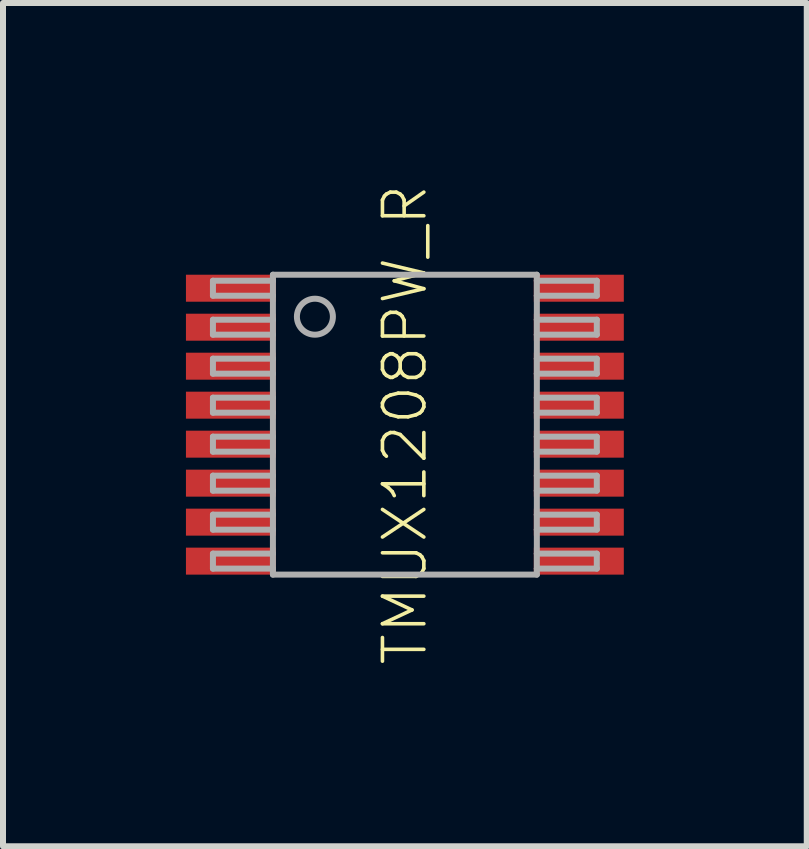
<source format=kicad_pcb>
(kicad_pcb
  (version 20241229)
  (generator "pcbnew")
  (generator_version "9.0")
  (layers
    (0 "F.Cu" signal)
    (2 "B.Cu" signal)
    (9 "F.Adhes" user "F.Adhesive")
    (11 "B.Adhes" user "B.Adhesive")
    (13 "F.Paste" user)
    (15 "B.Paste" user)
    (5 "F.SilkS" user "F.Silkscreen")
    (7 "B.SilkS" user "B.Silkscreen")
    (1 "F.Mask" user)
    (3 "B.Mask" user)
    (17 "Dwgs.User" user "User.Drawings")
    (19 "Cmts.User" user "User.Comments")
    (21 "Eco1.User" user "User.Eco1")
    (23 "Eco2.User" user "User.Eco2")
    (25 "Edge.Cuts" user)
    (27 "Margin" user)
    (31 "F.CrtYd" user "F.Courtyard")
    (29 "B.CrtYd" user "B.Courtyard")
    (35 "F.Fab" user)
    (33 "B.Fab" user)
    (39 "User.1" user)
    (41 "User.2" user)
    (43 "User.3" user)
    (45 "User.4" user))
  (footprint "TMUX1208PW_R"
    (layer "F.Cu")
    (at 3.7 4.03)
    (property "Reference" "TMUX1208PW_R" (at 0 0 90) (unlocked yes) (layer "F.SilkS") (effects (font (size 0.69 0.69) (thickness 0.06))))
    (fp_poly (pts (xy -3.7 -2) (xy -2.1 -2) (xy -2.1 -2.55) (xy -3.7 -2.55)) (stroke (width 0) (type default)) (fill yes) (layer "F.Mask"))
    (fp_poly (pts (xy -3.7 -1.35) (xy -2.1 -1.35) (xy -2.1 -1.9) (xy -3.7 -1.9)) (stroke (width 0) (type default)) (fill yes) (layer "F.Mask"))
    (fp_poly (pts (xy -3.7 -0.7) (xy -2.1 -0.7) (xy -2.1 -1.25) (xy -3.7 -1.25)) (stroke (width 0) (type default)) (fill yes) (layer "F.Mask"))
    (fp_poly (pts (xy -3.7 -0.05) (xy -2.1 -0.05) (xy -2.1 -0.6) (xy -3.7 -0.6)) (stroke (width 0) (type default)) (fill yes) (layer "F.Mask"))
    (fp_poly (pts (xy -3.7 0.6) (xy -2.1 0.6) (xy -2.1 0.05) (xy -3.7 0.05)) (stroke (width 0) (type default)) (fill yes) (layer "F.Mask"))
    (fp_poly (pts (xy -3.7 1.25) (xy -2.1 1.25) (xy -2.1 0.7) (xy -3.7 0.7)) (stroke (width 0) (type default)) (fill yes) (layer "F.Mask"))
    (fp_poly (pts (xy -3.7 1.9) (xy -2.1 1.9) (xy -2.1 1.35) (xy -3.7 1.35)) (stroke (width 0) (type default)) (fill yes) (layer "F.Mask"))
    (fp_poly (pts (xy -3.7 2.55) (xy -2.1 2.55) (xy -2.1 2) (xy -3.7 2)) (stroke (width 0) (type default)) (fill yes) (layer "F.Mask"))
    (fp_poly (pts (xy 3.7 -2.55) (xy 2.1 -2.55) (xy 2.1 -2) (xy 3.7 -2)) (stroke (width 0) (type default)) (fill yes) (layer "F.Mask"))
    (fp_poly (pts (xy 3.7 -1.9) (xy 2.1 -1.9) (xy 2.1 -1.35) (xy 3.7 -1.35)) (stroke (width 0) (type default)) (fill yes) (layer "F.Mask"))
    (fp_poly (pts (xy 3.7 -1.25) (xy 2.1 -1.25) (xy 2.1 -0.7) (xy 3.7 -0.7)) (stroke (width 0) (type default)) (fill yes) (layer "F.Mask"))
    (fp_poly (pts (xy 3.7 -0.6) (xy 2.1 -0.6) (xy 2.1 -0.05) (xy 3.7 -0.05)) (stroke (width 0) (type default)) (fill yes) (layer "F.Mask"))
    (fp_poly (pts (xy 3.7 0.05) (xy 2.1 0.05) (xy 2.1 0.6) (xy 3.7 0.6)) (stroke (width 0) (type default)) (fill yes) (layer "F.Mask"))
    (fp_poly (pts (xy 3.7 0.7) (xy 2.1 0.7) (xy 2.1 1.25) (xy 3.7 1.25)) (stroke (width 0) (type default)) (fill yes) (layer "F.Mask"))
    (fp_poly (pts (xy 3.7 1.35) (xy 2.1 1.35) (xy 2.1 1.9) (xy 3.7 1.9)) (stroke (width 0) (type default)) (fill yes) (layer "F.Mask"))
    (fp_poly (pts (xy 3.7 2) (xy 2.1 2) (xy 2.1 2.55) (xy 3.7 2.55)) (stroke (width 0) (type default)) (fill yes) (layer "F.Mask"))
    (fp_line (start -3.2 -2.4) (end -3.2 -2.15) (stroke (width 0.1) (type solid)) (layer "F.Fab"))
    (fp_line (start -3.2 -2.15) (end -2.2 -2.15) (stroke (width 0.1) (type solid)) (layer "F.Fab"))
    (fp_line (start -3.2 -1.75) (end -3.2 -1.5) (stroke (width 0.1) (type solid)) (layer "F.Fab"))
    (fp_line (start -3.2 -1.5) (end -2.2 -1.5) (stroke (width 0.1) (type solid)) (layer "F.Fab"))
    (fp_line (start -3.2 -1.1) (end -3.2 -0.85) (stroke (width 0.1) (type solid)) (layer "F.Fab"))
    (fp_line (start -3.2 -0.85) (end -2.2 -0.85) (stroke (width 0.1) (type solid)) (layer "F.Fab"))
    (fp_line (start -3.2 -0.45) (end -3.2 -0.2) (stroke (width 0.1) (type solid)) (layer "F.Fab"))
    (fp_line (start -3.2 -0.2) (end -2.2 -0.2) (stroke (width 0.1) (type solid)) (layer "F.Fab"))
    (fp_line (start -3.2 0.2) (end -3.2 0.45) (stroke (width 0.1) (type solid)) (layer "F.Fab"))
    (fp_line (start -3.2 0.45) (end -2.2 0.45) (stroke (width 0.1) (type solid)) (layer "F.Fab"))
    (fp_line (start -3.2 0.85) (end -3.2 1.1) (stroke (width 0.1) (type solid)) (layer "F.Fab"))
    (fp_line (start -3.2 1.1) (end -2.2 1.1) (stroke (width 0.1) (type solid)) (layer "F.Fab"))
    (fp_line (start -3.2 1.5) (end -3.2 1.75) (stroke (width 0.1) (type solid)) (layer "F.Fab"))
    (fp_line (start -3.2 1.75) (end -2.2 1.75) (stroke (width 0.1) (type solid)) (layer "F.Fab"))
    (fp_line (start -3.2 2.15) (end -3.2 2.4) (stroke (width 0.1) (type solid)) (layer "F.Fab"))
    (fp_line (start -3.2 2.4) (end -2.2 2.4) (stroke (width 0.1) (type solid)) (layer "F.Fab"))
    (fp_line (start -2.2 -2.5) (end 2.2 -2.5) (stroke (width 0.1) (type solid)) (layer "F.Fab"))
    (fp_line (start -2.2 -2.4) (end -3.2 -2.4) (stroke (width 0.1) (type solid)) (layer "F.Fab"))
    (fp_line (start -2.2 -2.4) (end -2.2 -2.5) (stroke (width 0.1) (type solid)) (layer "F.Fab"))
    (fp_line (start -2.2 -2.15) (end -2.2 -2.4) (stroke (width 0.1) (type solid)) (layer "F.Fab"))
    (fp_line (start -2.2 -1.75) (end -3.2 -1.75) (stroke (width 0.1) (type solid)) (layer "F.Fab"))
    (fp_line (start -2.2 -1.75) (end -2.2 -2.15) (stroke (width 0.1) (type solid)) (layer "F.Fab"))
    (fp_line (start -2.2 -1.5) (end -2.2 -1.75) (stroke (width 0.1) (type solid)) (layer "F.Fab"))
    (fp_line (start -2.2 -1.1) (end -3.2 -1.1) (stroke (width 0.1) (type solid)) (layer "F.Fab"))
    (fp_line (start -2.2 -1.1) (end -2.2 -1.5) (stroke (width 0.1) (type solid)) (layer "F.Fab"))
    (fp_line (start -2.2 -0.85) (end -2.2 -1.1) (stroke (width 0.1) (type solid)) (layer "F.Fab"))
    (fp_line (start -2.2 -0.45) (end -3.2 -0.45) (stroke (width 0.1) (type solid)) (layer "F.Fab"))
    (fp_line (start -2.2 -0.45) (end -2.2 -0.85) (stroke (width 0.1) (type solid)) (layer "F.Fab"))
    (fp_line (start -2.2 -0.2) (end -2.2 -0.45) (stroke (width 0.1) (type solid)) (layer "F.Fab"))
    (fp_line (start -2.2 0.2) (end -3.2 0.2) (stroke (width 0.1) (type solid)) (layer "F.Fab"))
    (fp_line (start -2.2 0.2) (end -2.2 -0.2) (stroke (width 0.1) (type solid)) (layer "F.Fab"))
    (fp_line (start -2.2 0.45) (end -2.2 0.2) (stroke (width 0.1) (type solid)) (layer "F.Fab"))
    (fp_line (start -2.2 0.85) (end -3.2 0.85) (stroke (width 0.1) (type solid)) (layer "F.Fab"))
    (fp_line (start -2.2 0.85) (end -2.2 0.45) (stroke (width 0.1) (type solid)) (layer "F.Fab"))
    (fp_line (start -2.2 1.1) (end -2.2 0.85) (stroke (width 0.1) (type solid)) (layer "F.Fab"))
    (fp_line (start -2.2 1.5) (end -3.2 1.5) (stroke (width 0.1) (type solid)) (layer "F.Fab"))
    (fp_line (start -2.2 1.5) (end -2.2 1.1) (stroke (width 0.1) (type solid)) (layer "F.Fab"))
    (fp_line (start -2.2 1.75) (end -2.2 1.5) (stroke (width 0.1) (type solid)) (layer "F.Fab"))
    (fp_line (start -2.2 2.15) (end -3.2 2.15) (stroke (width 0.1) (type solid)) (layer "F.Fab"))
    (fp_line (start -2.2 2.15) (end -2.2 1.75) (stroke (width 0.1) (type solid)) (layer "F.Fab"))
    (fp_line (start -2.2 2.4) (end -2.2 2.15) (stroke (width 0.1) (type solid)) (layer "F.Fab"))
    (fp_line (start -2.2 2.5) (end -2.2 2.4) (stroke (width 0.1) (type solid)) (layer "F.Fab"))
    (fp_line (start 2.2 -2.5) (end 2.2 -2.4) (stroke (width 0.1) (type solid)) (layer "F.Fab"))
    (fp_line (start 2.2 -2.4) (end 2.2 -2.15) (stroke (width 0.1) (type solid)) (layer "F.Fab"))
    (fp_line (start 2.2 -2.15) (end 2.2 -1.75) (stroke (width 0.1) (type solid)) (layer "F.Fab"))
    (fp_line (start 2.2 -2.15) (end 3.2 -2.15) (stroke (width 0.1) (type solid)) (layer "F.Fab"))
    (fp_line (start 2.2 -1.75) (end 2.2 -1.5) (stroke (width 0.1) (type solid)) (layer "F.Fab"))
    (fp_line (start 2.2 -1.5) (end 2.2 -1.1) (stroke (width 0.1) (type solid)) (layer "F.Fab"))
    (fp_line (start 2.2 -1.5) (end 3.2 -1.5) (stroke (width 0.1) (type solid)) (layer "F.Fab"))
    (fp_line (start 2.2 -1.1) (end 2.2 -0.85) (stroke (width 0.1) (type solid)) (layer "F.Fab"))
    (fp_line (start 2.2 -0.85) (end 2.2 -0.45) (stroke (width 0.1) (type solid)) (layer "F.Fab"))
    (fp_line (start 2.2 -0.85) (end 3.2 -0.85) (stroke (width 0.1) (type solid)) (layer "F.Fab"))
    (fp_line (start 2.2 -0.45) (end 2.2 -0.2) (stroke (width 0.1) (type solid)) (layer "F.Fab"))
    (fp_line (start 2.2 -0.2) (end 2.2 0.2) (stroke (width 0.1) (type solid)) (layer "F.Fab"))
    (fp_line (start 2.2 -0.2) (end 3.2 -0.2) (stroke (width 0.1) (type solid)) (layer "F.Fab"))
    (fp_line (start 2.2 0.2) (end 2.2 0.45) (stroke (width 0.1) (type solid)) (layer "F.Fab"))
    (fp_line (start 2.2 0.45) (end 2.2 0.85) (stroke (width 0.1) (type solid)) (layer "F.Fab"))
    (fp_line (start 2.2 0.45) (end 3.2 0.45) (stroke (width 0.1) (type solid)) (layer "F.Fab"))
    (fp_line (start 2.2 0.85) (end 2.2 1.1) (stroke (width 0.1) (type solid)) (layer "F.Fab"))
    (fp_line (start 2.2 1.1) (end 2.2 1.5) (stroke (width 0.1) (type solid)) (layer "F.Fab"))
    (fp_line (start 2.2 1.1) (end 3.2 1.1) (stroke (width 0.1) (type solid)) (layer "F.Fab"))
    (fp_line (start 2.2 1.5) (end 2.2 1.75) (stroke (width 0.1) (type solid)) (layer "F.Fab"))
    (fp_line (start 2.2 1.75) (end 2.2 2.15) (stroke (width 0.1) (type solid)) (layer "F.Fab"))
    (fp_line (start 2.2 1.75) (end 3.2 1.75) (stroke (width 0.1) (type solid)) (layer "F.Fab"))
    (fp_line (start 2.2 2.15) (end 2.2 2.4) (stroke (width 0.1) (type solid)) (layer "F.Fab"))
    (fp_line (start 2.2 2.4) (end 2.2 2.5) (stroke (width 0.1) (type solid)) (layer "F.Fab"))
    (fp_line (start 2.2 2.4) (end 3.2 2.4) (stroke (width 0.1) (type solid)) (layer "F.Fab"))
    (fp_line (start 2.2 2.5) (end -2.2 2.5) (stroke (width 0.1) (type solid)) (layer "F.Fab"))
    (fp_line (start 3.2 -2.4) (end 2.2 -2.4) (stroke (width 0.1) (type solid)) (layer "F.Fab"))
    (fp_line (start 3.2 -2.15) (end 3.2 -2.4) (stroke (width 0.1) (type solid)) (layer "F.Fab"))
    (fp_line (start 3.2 -1.75) (end 2.2 -1.75) (stroke (width 0.1) (type solid)) (layer "F.Fab"))
    (fp_line (start 3.2 -1.5) (end 3.2 -1.75) (stroke (width 0.1) (type solid)) (layer "F.Fab"))
    (fp_line (start 3.2 -1.1) (end 2.2 -1.1) (stroke (width 0.1) (type solid)) (layer "F.Fab"))
    (fp_line (start 3.2 -0.85) (end 3.2 -1.1) (stroke (width 0.1) (type solid)) (layer "F.Fab"))
    (fp_line (start 3.2 -0.45) (end 2.2 -0.45) (stroke (width 0.1) (type solid)) (layer "F.Fab"))
    (fp_line (start 3.2 -0.2) (end 3.2 -0.45) (stroke (width 0.1) (type solid)) (layer "F.Fab"))
    (fp_line (start 3.2 0.2) (end 2.2 0.2) (stroke (width 0.1) (type solid)) (layer "F.Fab"))
    (fp_line (start 3.2 0.45) (end 3.2 0.2) (stroke (width 0.1) (type solid)) (layer "F.Fab"))
    (fp_line (start 3.2 0.85) (end 2.2 0.85) (stroke (width 0.1) (type solid)) (layer "F.Fab"))
    (fp_line (start 3.2 1.1) (end 3.2 0.85) (stroke (width 0.1) (type solid)) (layer "F.Fab"))
    (fp_line (start 3.2 1.5) (end 2.2 1.5) (stroke (width 0.1) (type solid)) (layer "F.Fab"))
    (fp_line (start 3.2 1.75) (end 3.2 1.5) (stroke (width 0.1) (type solid)) (layer "F.Fab"))
    (fp_line (start 3.2 2.15) (end 2.2 2.15) (stroke (width 0.1) (type solid)) (layer "F.Fab"))
    (fp_line (start 3.2 2.4) (end 3.2 2.15) (stroke (width 0.1) (type solid)) (layer "F.Fab"))
    (fp_circle (center -1.5 -1.8) (end -1.2 -1.8) (stroke (width 0.1) (type solid)) (fill no) (layer "F.Fab"))
    (pad "1" smd rect (at -2.9 -2.275) (size 1.5 0.45) (layers "F.Cu" "F.Paste"))
    (pad "2" smd rect (at -2.9 -1.625) (size 1.5 0.45) (layers "F.Cu" "F.Paste"))
    (pad "3" smd rect (at -2.9 -0.975) (size 1.5 0.45) (layers "F.Cu" "F.Paste"))
    (pad "4" smd rect (at -2.9 -0.325) (size 1.5 0.45) (layers "F.Cu" "F.Paste"))
    (pad "5" smd rect (at -2.9 0.325) (size 1.5 0.45) (layers "F.Cu" "F.Paste"))
    (pad "6" smd rect (at -2.9 0.975) (size 1.5 0.45) (layers "F.Cu" "F.Paste"))
    (pad "7" smd rect (at -2.9 1.625) (size 1.5 0.45) (layers "F.Cu" "F.Paste"))
    (pad "8" smd rect (at -2.9 2.275) (size 1.5 0.45) (layers "F.Cu" "F.Paste"))
    (pad "9" smd rect (at 2.9 2.275) (size 1.5 0.45) (layers "F.Cu" "F.Paste"))
    (pad "10" smd rect (at 2.9 1.625) (size 1.5 0.45) (layers "F.Cu" "F.Paste"))
    (pad "11" smd rect (at 2.9 0.975) (size 1.5 0.45) (layers "F.Cu" "F.Paste"))
    (pad "12" smd rect (at 2.9 0.325) (size 1.5 0.45) (layers "F.Cu" "F.Paste"))
    (pad "13" smd rect (at 2.9 -0.325) (size 1.5 0.45) (layers "F.Cu" "F.Paste"))
    (pad "14" smd rect (at 2.9 -0.975) (size 1.5 0.45) (layers "F.Cu" "F.Paste"))
    (pad "15" smd rect (at 2.9 -1.625) (size 1.5 0.45) (layers "F.Cu" "F.Paste"))
    (pad "16" smd rect (at 2.9 -2.275) (size 1.5 0.45) (layers "F.Cu" "F.Paste")))
  (gr_rect
    (start -3 -3)
    (end 10.4 11.059)
    (stroke (width 0.1) (type default))
    (fill no)
    (layer "Edge.Cuts")))
</source>
